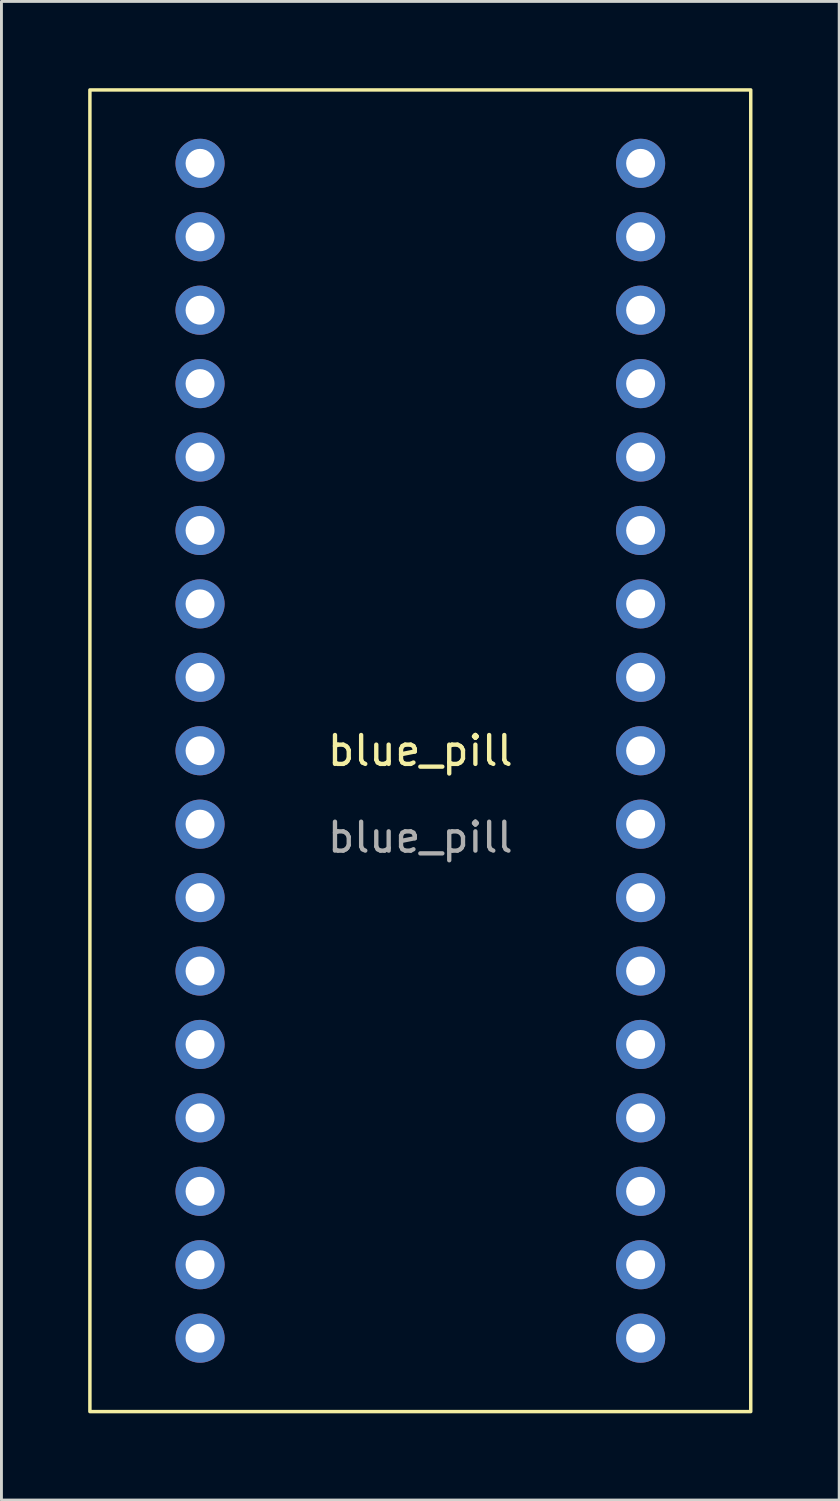
<source format=kicad_pcb>
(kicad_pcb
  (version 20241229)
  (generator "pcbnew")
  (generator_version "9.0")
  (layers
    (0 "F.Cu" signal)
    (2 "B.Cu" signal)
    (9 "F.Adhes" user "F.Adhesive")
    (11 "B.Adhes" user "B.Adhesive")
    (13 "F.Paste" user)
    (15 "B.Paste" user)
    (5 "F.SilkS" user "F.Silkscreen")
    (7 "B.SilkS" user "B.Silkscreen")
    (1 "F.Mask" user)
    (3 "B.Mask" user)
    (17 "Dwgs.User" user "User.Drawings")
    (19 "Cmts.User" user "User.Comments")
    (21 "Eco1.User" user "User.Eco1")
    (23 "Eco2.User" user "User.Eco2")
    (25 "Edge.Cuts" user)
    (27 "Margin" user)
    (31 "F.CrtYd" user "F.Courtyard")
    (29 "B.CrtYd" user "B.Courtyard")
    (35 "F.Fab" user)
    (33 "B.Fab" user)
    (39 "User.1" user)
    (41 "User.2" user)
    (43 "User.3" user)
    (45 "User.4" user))
  (footprint "blue_pill"
    (layer "F.Cu")
    (at 11.49 25.46)
    (property "Reference" "blue_pill" (at 0 -2.54 0) (unlocked yes) (layer "F.SilkS") (effects (font (size 1 1) (thickness 0.15))))
    (attr through_hole)
    (fp_rect (start -11.43 -25.4) (end 11.43 20.32) (stroke (width 0.12) (type solid)) (fill no) (layer "F.SilkS"))
    (fp_text user "${REFERENCE}" (at 0 0.46 0) (unlocked yes) (layer "F.Fab") (effects (font (size 1 1) (thickness 0.15))))
    (pad "1" thru_hole circle (at -7.62 -22.86) (size 1.7 1.7) (drill 1) (layers "*.Cu" "*.Mask"))
    (pad "2" thru_hole circle (at -7.62 -20.32) (size 1.7 1.7) (drill 1) (layers "*.Cu" "*.Mask"))
    (pad "3" thru_hole circle (at -7.62 -17.78) (size 1.7 1.7) (drill 1) (layers "*.Cu" "*.Mask"))
    (pad "4" thru_hole circle (at -7.62 -15.24) (size 1.7 1.7) (drill 1) (layers "*.Cu" "*.Mask"))
    (pad "5" thru_hole circle (at -7.62 -12.7) (size 1.7 1.7) (drill 1) (layers "*.Cu" "*.Mask"))
    (pad "6" thru_hole circle (at -7.62 -10.16) (size 1.7 1.7) (drill 1) (layers "*.Cu" "*.Mask"))
    (pad "7" thru_hole circle (at -7.62 -7.62) (size 1.7 1.7) (drill 1) (layers "*.Cu" "*.Mask"))
    (pad "8" thru_hole circle (at -7.62 -5.08) (size 1.7 1.7) (drill 1) (layers "*.Cu" "*.Mask"))
    (pad "9" thru_hole circle (at -7.62 -2.54) (size 1.7 1.7) (drill 1) (layers "*.Cu" "*.Mask"))
    (pad "10" thru_hole circle (at -7.62 0) (size 1.7 1.7) (drill 1) (layers "*.Cu" "*.Mask"))
    (pad "11" thru_hole circle (at -7.62 2.54) (size 1.7 1.7) (drill 1) (layers "*.Cu" "*.Mask"))
    (pad "12" thru_hole circle (at -7.62 5.08) (size 1.7 1.7) (drill 1) (layers "*.Cu" "*.Mask"))
    (pad "13" thru_hole circle (at -7.62 7.62) (size 1.7 1.7) (drill 1) (layers "*.Cu" "*.Mask"))
    (pad "14" thru_hole circle (at -7.62 10.16) (size 1.7 1.7) (drill 1) (layers "*.Cu" "*.Mask"))
    (pad "15" thru_hole circle (at -7.62 12.7) (size 1.7 1.7) (drill 1) (layers "*.Cu" "*.Mask"))
    (pad "16" thru_hole circle (at -7.62 15.24) (size 1.7 1.7) (drill 1) (layers "*.Cu" "*.Mask"))
    (pad "17" thru_hole circle (at -7.62 17.78) (size 1.7 1.7) (drill 1) (layers "*.Cu" "*.Mask"))
    (pad "20" thru_hole circle (at 7.62 -22.86) (size 1.7 1.7) (drill 1) (layers "*.Cu" "*.Mask"))
    (pad "21" thru_hole circle (at 7.62 -20.32) (size 1.7 1.7) (drill 1) (layers "*.Cu" "*.Mask"))
    (pad "22" thru_hole circle (at 7.62 -17.78) (size 1.7 1.7) (drill 1) (layers "*.Cu" "*.Mask"))
    (pad "23" thru_hole circle (at 7.62 -15.24) (size 1.7 1.7) (drill 1) (layers "*.Cu" "*.Mask"))
    (pad "24" thru_hole circle (at 7.62 -12.7) (size 1.7 1.7) (drill 1) (layers "*.Cu" "*.Mask"))
    (pad "25" thru_hole circle (at 7.62 -10.16) (size 1.7 1.7) (drill 1) (layers "*.Cu" "*.Mask"))
    (pad "26" thru_hole circle (at 7.62 -7.62) (size 1.7 1.7) (drill 1) (layers "*.Cu" "*.Mask"))
    (pad "27" thru_hole circle (at 7.62 -5.08) (size 1.7 1.7) (drill 1) (layers "*.Cu" "*.Mask"))
    (pad "28" thru_hole circle (at 7.62 -2.54) (size 1.7 1.7) (drill 1) (layers "*.Cu" "*.Mask"))
    (pad "29" thru_hole circle (at 7.62 0) (size 1.7 1.7) (drill 1) (layers "*.Cu" "*.Mask"))
    (pad "30" thru_hole circle (at 7.62 2.54) (size 1.7 1.7) (drill 1) (layers "*.Cu" "*.Mask"))
    (pad "31" thru_hole circle (at 7.62 5.08) (size 1.7 1.7) (drill 1) (layers "*.Cu" "*.Mask"))
    (pad "32" thru_hole circle (at 7.62 7.62) (size 1.7 1.7) (drill 1) (layers "*.Cu" "*.Mask"))
    (pad "33" thru_hole circle (at 7.62 10.16) (size 1.7 1.7) (drill 1) (layers "*.Cu" "*.Mask"))
    (pad "34" thru_hole circle (at 7.62 12.7) (size 1.7 1.7) (drill 1) (layers "*.Cu" "*.Mask"))
    (pad "35" thru_hole circle (at 7.62 15.24) (size 1.7 1.7) (drill 1) (layers "*.Cu" "*.Mask"))
    (pad "36" thru_hole circle (at 7.62 17.78) (size 1.7 1.7) (drill 1) (layers "*.Cu" "*.Mask")))
  (gr_rect
    (start -3 -3)
    (end 25.98 48.84)
    (stroke (width 0.1) (type default))
    (fill no)
    (layer "Edge.Cuts")))
</source>
